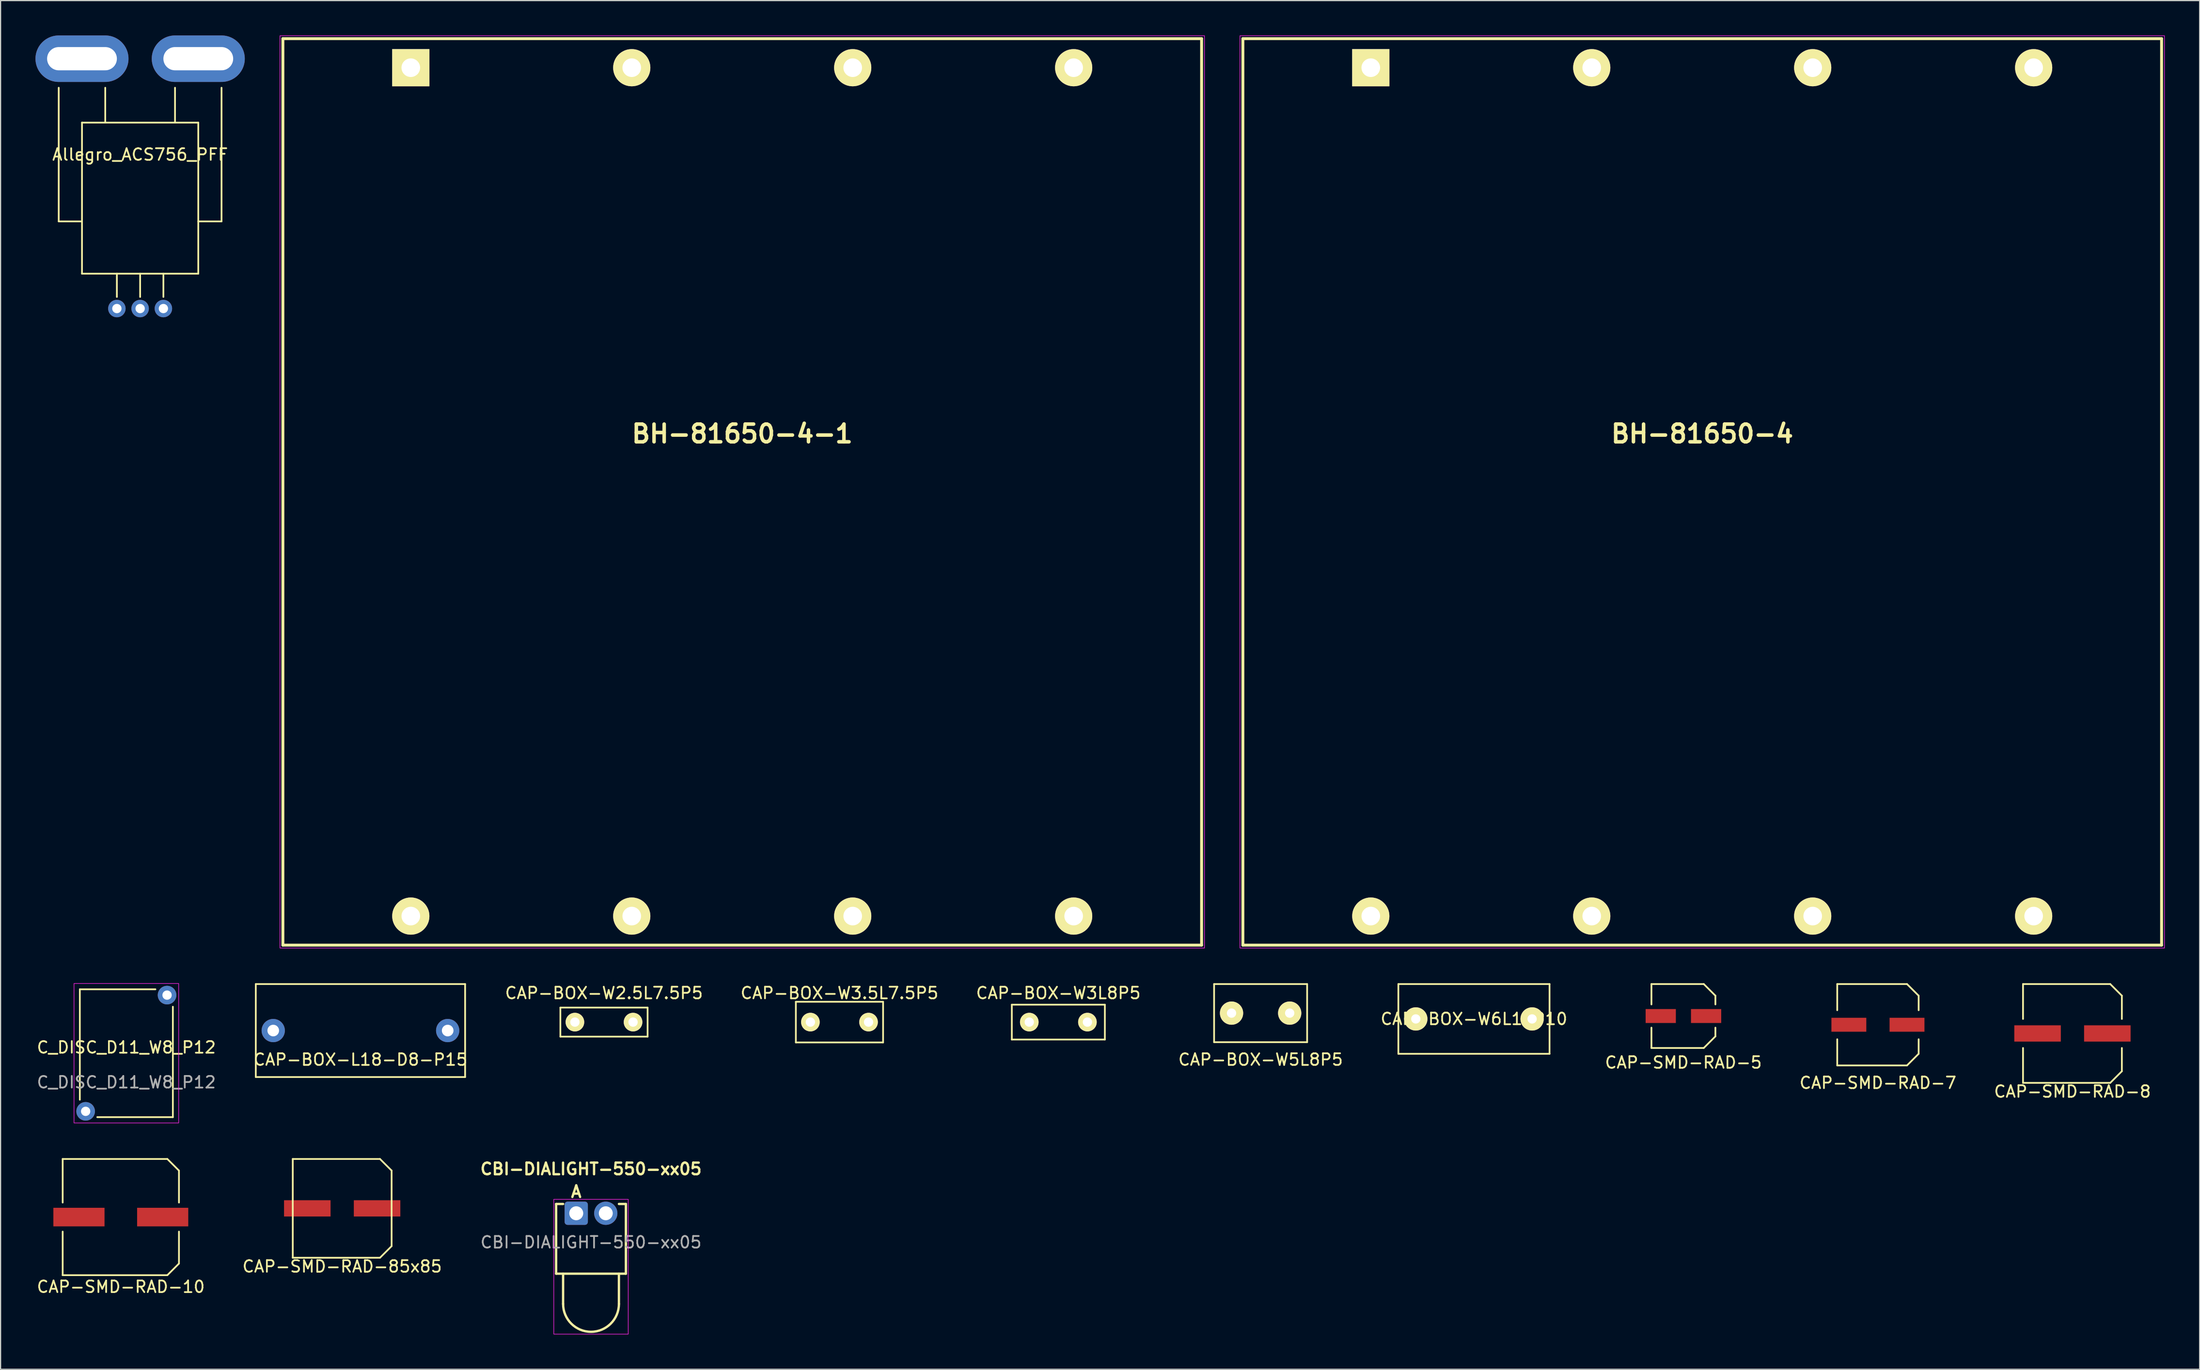
<source format=kicad_pcb>
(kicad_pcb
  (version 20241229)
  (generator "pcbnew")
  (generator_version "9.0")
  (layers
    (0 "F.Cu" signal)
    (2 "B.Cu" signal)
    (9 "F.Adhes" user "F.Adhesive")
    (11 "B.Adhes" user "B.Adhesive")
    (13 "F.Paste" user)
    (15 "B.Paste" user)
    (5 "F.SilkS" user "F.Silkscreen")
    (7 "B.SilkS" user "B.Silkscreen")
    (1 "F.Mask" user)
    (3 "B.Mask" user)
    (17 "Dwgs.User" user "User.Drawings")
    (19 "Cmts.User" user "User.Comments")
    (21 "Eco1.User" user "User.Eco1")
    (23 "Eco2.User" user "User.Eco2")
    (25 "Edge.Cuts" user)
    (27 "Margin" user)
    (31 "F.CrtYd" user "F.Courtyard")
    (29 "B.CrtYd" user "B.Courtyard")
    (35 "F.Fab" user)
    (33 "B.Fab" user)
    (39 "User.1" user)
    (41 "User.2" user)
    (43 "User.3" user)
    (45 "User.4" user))
  (footprint "CAP-SMD-RAD-85x85"
    (layer "F.Cu")
    (at 26.375 100.925)
    (property "Reference" "CAP-SMD-RAD-85x85" (at 0 5 0) (layer "F.SilkS") (effects (font (size 1 1) (thickness 0.15))))
    (attr through_hole)
    (fp_line (start -4.25 -4.25) (end 3.25 -4.25) (stroke (width 0.15) (type solid)) (layer "F.SilkS"))
    (fp_line (start -4.25 4.25) (end -4.25 -4.25) (stroke (width 0.15) (type solid)) (layer "F.SilkS"))
    (fp_line (start -4.25 4.25) (end 3.25 4.25) (stroke (width 0.15) (type solid)) (layer "F.SilkS"))
    (fp_line (start 3.25 -4.25) (end 4.25 -3.25) (stroke (width 0.15) (type solid)) (layer "F.SilkS"))
    (fp_line (start 3.25 4.25) (end 4.25 3.25) (stroke (width 0.15) (type solid)) (layer "F.SilkS"))
    (fp_line (start 4.25 -3.25) (end 4.25 3.25) (stroke (width 0.15) (type solid)) (layer "F.SilkS"))
    (pad "1" smd rect (at -3 0) (size 4 1.4) (layers "F.Cu" "F.Mask" "F.Paste"))
    (pad "2" smd rect (at 3 0) (size 4 1.4) (layers "F.Cu" "F.Mask" "F.Paste")))
  (footprint "Allegro_ACS756_PFF"
    (layer "F.Cu")
    (at 9 2)
    (property "Reference" "Allegro_ACS756_PFF" (at 0 8.25 0) (layer "F.SilkS") (effects (font (size 1 1) (thickness 0.15))))
    (attr through_hole)
    (fp_line (start -7 14) (end -7 2.5) (stroke (width 0.15) (type solid)) (layer "F.SilkS"))
    (fp_line (start -5 5.5) (end 5 5.5) (stroke (width 0.15) (type solid)) (layer "F.SilkS"))
    (fp_line (start -5 14) (end -7 14) (stroke (width 0.15) (type solid)) (layer "F.SilkS"))
    (fp_line (start -5 18.5) (end -5 5.5) (stroke (width 0.15) (type solid)) (layer "F.SilkS"))
    (fp_line (start -5 18.5) (end 5 18.5) (stroke (width 0.15) (type solid)) (layer "F.SilkS"))
    (fp_line (start -3 2.5) (end -3 5.5) (stroke (width 0.15) (type solid)) (layer "F.SilkS"))
    (fp_line (start -2 20.5) (end -2 18.5) (stroke (width 0.15) (type solid)) (layer "F.SilkS"))
    (fp_line (start 0 20.5) (end 0 18.5) (stroke (width 0.15) (type solid)) (layer "F.SilkS"))
    (fp_line (start 2 20.5) (end 2 18.5) (stroke (width 0.15) (type solid)) (layer "F.SilkS"))
    (fp_line (start 3 5.5) (end 3 2.5) (stroke (width 0.15) (type solid)) (layer "F.SilkS"))
    (fp_line (start 5 5.5) (end 5 18.5) (stroke (width 0.15) (type solid)) (layer "F.SilkS"))
    (fp_line (start 5 14) (end 7 14) (stroke (width 0.15) (type solid)) (layer "F.SilkS"))
    (fp_line (start 7 14) (end 7 2.5) (stroke (width 0.15) (type solid)) (layer "F.SilkS"))
    (pad "1" thru_hole circle (at -2 21.5) (size 1.5 1.5) (drill 0.8) (layers "*.Cu" "*.Mask"))
    (pad "2" thru_hole circle (at 0 21.5) (size 1.5 1.5) (drill 0.8) (layers "*.Cu" "*.Mask"))
    (pad "3" thru_hole circle (at 2 21.5) (size 1.5 1.5) (drill 0.8) (layers "*.Cu" "*.Mask"))
    (pad "4" thru_hole oval (at 5 0) (size 8 4) (drill oval 6 2) (layers "*.Cu" "*.Mask"))
    (pad "5" thru_hole oval (at -5 0) (size 8 4) (drill oval 6 2) (layers "*.Cu" "*.Mask")))
  (footprint "BH-81650-4-1"
    (layer "F.Cu")
    (at 60.775 39.275)
    (property "Reference" "BH-81650-4-1" (at 0 -5 0) (layer "F.SilkS") (effects (font (size 1.524 1.524) (thickness 0.305))))
    (attr through_hole)
    (fp_line (start -39.5 -39) (end 39.5 -39) (stroke (width 0.25) (type solid)) (layer "F.SilkS"))
    (fp_line (start -39.5 39) (end -39.5 -39) (stroke (width 0.25) (type solid)) (layer "F.SilkS"))
    (fp_line (start 39.5 -39) (end 39.5 39) (stroke (width 0.25) (type solid)) (layer "F.SilkS"))
    (fp_line (start 39.5 39) (end -39.5 39) (stroke (width 0.25) (type solid)) (layer "F.SilkS"))
    (fp_rect (start -39.75 -39.25) (end 39.75 39.25) (stroke (width 0.05) (type default)) (fill no) (layer "F.CrtYd"))
    (pad "1" thru_hole rect (at -28.5 -36.5) (size 3.2 3.2) (drill 1.6) (layers "*.Cu" "*.Mask" "F.SilkS"))
    (pad "2" thru_hole circle (at -28.5 36.5) (size 3.2 3.2) (drill 1.6) (layers "*.Cu" "*.Mask" "F.SilkS"))
    (pad "3" thru_hole circle (at -9.5 -36.5) (size 3.2 3.2) (drill 1.6) (layers "*.Cu" "*.Mask" "F.SilkS"))
    (pad "4" thru_hole circle (at -9.5 36.5) (size 3.2 3.2) (drill 1.6) (layers "*.Cu" "*.Mask" "F.SilkS"))
    (pad "5" thru_hole circle (at 9.5 -36.5) (size 3.2 3.2) (drill 1.6) (layers "*.Cu" "*.Mask" "F.SilkS"))
    (pad "6" thru_hole circle (at 9.5 36.5) (size 3.2 3.2) (drill 1.6) (layers "*.Cu" "*.Mask" "F.SilkS"))
    (pad "7" thru_hole circle (at 28.5 -36.5) (size 3.2 3.2) (drill 1.6) (layers "*.Cu" "*.Mask" "F.SilkS"))
    (pad "8" thru_hole circle (at 28.5 36.5) (size 3.2 3.2) (drill 1.6) (layers "*.Cu" "*.Mask" "F.SilkS")))
  (footprint "CAP-SMD-RAD-7"
    (layer "F.Cu")
    (at 158.435 85.125)
    (property "Reference" "CAP-SMD-RAD-7" (at 0 5 0) (layer "F.SilkS") (effects (font (size 1 1) (thickness 0.15))))
    (attr through_hole)
    (fp_line (start -3.5 -3.5) (end -3.5 -1.25) (stroke (width 0.15) (type solid)) (layer "F.SilkS"))
    (fp_line (start -3.5 3.5) (end -3.5 1.25) (stroke (width 0.15) (type solid)) (layer "F.SilkS"))
    (fp_line (start -3.5 3.5) (end 2.5 3.5) (stroke (width 0.15) (type solid)) (layer "F.SilkS"))
    (fp_line (start 2.5 -3.5) (end -3.5 -3.5) (stroke (width 0.15) (type solid)) (layer "F.SilkS"))
    (fp_line (start 2.5 3.5) (end 3.5 2.5) (stroke (width 0.15) (type solid)) (layer "F.SilkS"))
    (fp_line (start 3.5 -2.5) (end 2.5 -3.5) (stroke (width 0.15) (type solid)) (layer "F.SilkS"))
    (fp_line (start 3.5 -2.5) (end 3.5 -1.25) (stroke (width 0.15) (type solid)) (layer "F.SilkS"))
    (fp_line (start 3.5 2.5) (end 3.5 1.25) (stroke (width 0.15) (type solid)) (layer "F.SilkS"))
    (pad "1" smd rect (at 2.5 0) (size 3 1.2) (layers "F.Cu" "F.Mask" "F.Paste"))
    (pad "2" smd rect (at -2.5 0) (size 3 1.2) (layers "F.Cu" "F.Mask" "F.Paste")))
  (footprint "C_DISC_D11_W8_P12"
    (layer "F.Cu")
    (at 7.815 87.575)
    (property "Reference" "C_DISC_D11_W8_P12" (at 0 -0.5 0) (unlocked yes) (layer "F.SilkS") (effects (font (size 1 1) (thickness 0.15))))
    (attr through_hole)
    (fp_line (start -4 -5.5) (end -4 4) (stroke (width 0.15) (type default)) (layer "F.SilkS"))
    (fp_line (start -4 -5.5) (end 2.5 -5.5) (stroke (width 0.15) (type default)) (layer "F.SilkS"))
    (fp_line (start -2.5 5.5) (end 4 5.5) (stroke (width 0.15) (type default)) (layer "F.SilkS"))
    (fp_line (start 4 -4) (end 4 5.5) (stroke (width 0.15) (type default)) (layer "F.SilkS"))
    (fp_rect (start -4.5 -6) (end 4.5 6) (stroke (width 0.05) (type default)) (fill no) (layer "F.CrtYd"))
    (fp_text user "${REFERENCE}" (at 0 2.5 0) (unlocked yes) (layer "F.Fab") (effects (font (size 1 1) (thickness 0.15))))
    (pad "1" thru_hole circle (at 3.5 -5) (size 1.6 1.6) (drill 0.8) (layers "*.Cu" "*.Mask"))
    (pad "2" thru_hole circle (at -3.5 5) (size 1.6 1.6) (drill 0.8) (layers "*.Cu" "*.Mask")))
  (footprint "CAP-BOX-W3.5L7.5P5"
    (layer "F.Cu")
    (at 69.137 84.898)
    (property "Reference" "CAP-BOX-W3.5L7.5P5" (at 0 -2.5 0) (layer "F.SilkS") (effects (font (size 1 1) (thickness 0.15))))
    (attr through_hole)
    (fp_line (start -3.75 -1.75) (end 3.75 -1.75) (stroke (width 0.15) (type solid)) (layer "F.SilkS"))
    (fp_line (start -3.75 1.75) (end -3.75 -1.75) (stroke (width 0.15) (type solid)) (layer "F.SilkS"))
    (fp_line (start -3.75 1.75) (end 3.75 1.75) (stroke (width 0.15) (type solid)) (layer "F.SilkS"))
    (fp_line (start 3.75 -1.75) (end 3.75 1.75) (stroke (width 0.15) (type solid)) (layer "F.SilkS"))
    (pad "1" thru_hole circle (at -2.5 0) (size 1.6 1.6) (drill 0.8) (layers "*.Cu" "*.Mask" "F.SilkS"))
    (pad "2" thru_hole circle (at 2.5 0) (size 1.6 1.6) (drill 0.8) (layers "*.Cu" "*.Mask" "F.SilkS")))
  (footprint "CAP-BOX-W6L13P10"
    (layer "F.Cu")
    (at 123.696 84.625)
    (property "Reference" "CAP-BOX-W6L13P10" (at 0 0 0) (layer "F.SilkS") (effects (font (size 1 1) (thickness 0.15))))
    (attr through_hole)
    (fp_line (start -6.5 -3) (end 6.5 -3) (stroke (width 0.15) (type solid)) (layer "F.SilkS"))
    (fp_line (start -6.5 3) (end -6.5 -3) (stroke (width 0.15) (type solid)) (layer "F.SilkS"))
    (fp_line (start 6.5 -3) (end 6.5 3) (stroke (width 0.15) (type solid)) (layer "F.SilkS"))
    (fp_line (start 6.5 3) (end -6.5 3) (stroke (width 0.15) (type solid)) (layer "F.SilkS"))
    (pad "1" thru_hole circle (at -5 0) (size 2 2) (drill 0.8) (layers "*.Cu" "*.Mask" "F.SilkS"))
    (pad "2" thru_hole circle (at 5 0) (size 2 2) (drill 0.8) (layers "*.Cu" "*.Mask" "F.SilkS")))
  (footprint "CAP-SMD-RAD-5"
    (layer "F.Cu")
    (at 141.708 84.375)
    (property "Reference" "CAP-SMD-RAD-5" (at 0 4 0) (layer "F.SilkS") (effects (font (size 1 1) (thickness 0.15))))
    (attr through_hole)
    (fp_line (start -2.75 -2.75) (end -2.75 -1) (stroke (width 0.15) (type solid)) (layer "F.SilkS"))
    (fp_line (start -2.75 -2.75) (end 1.75 -2.75) (stroke (width 0.15) (type solid)) (layer "F.SilkS"))
    (fp_line (start -2.75 1) (end -2.75 2.75) (stroke (width 0.15) (type solid)) (layer "F.SilkS"))
    (fp_line (start -2.75 2.75) (end 1.75 2.75) (stroke (width 0.15) (type solid)) (layer "F.SilkS"))
    (fp_line (start 1.75 -2.75) (end 2.75 -1.75) (stroke (width 0.15) (type solid)) (layer "F.SilkS"))
    (fp_line (start 1.75 2.75) (end 2.75 1.75) (stroke (width 0.15) (type solid)) (layer "F.SilkS"))
    (fp_line (start 2.75 -1.75) (end 2.75 -1) (stroke (width 0.15) (type solid)) (layer "F.SilkS"))
    (fp_line (start 2.75 1.75) (end 2.75 1) (stroke (width 0.15) (type solid)) (layer "F.SilkS"))
    (pad "1" smd rect (at 1.95 0) (size 2.6 1.2) (layers "F.Cu" "F.Mask" "F.Paste"))
    (pad "2" smd rect (at -1.95 0) (size 2.6 1.2) (layers "F.Cu" "F.Mask" "F.Paste")))
  (footprint "CAP-BOX-W2.5L7.5P5"
    (layer "F.Cu")
    (at 48.887 84.898)
    (property "Reference" "CAP-BOX-W2.5L7.5P5" (at 0 -2.5 0) (layer "F.SilkS") (effects (font (size 1 1) (thickness 0.15))))
    (attr through_hole)
    (fp_line (start -3.75 -1.25) (end 3.75 -1.25) (stroke (width 0.15) (type solid)) (layer "F.SilkS"))
    (fp_line (start -3.75 1.25) (end -3.75 -1.25) (stroke (width 0.15) (type solid)) (layer "F.SilkS"))
    (fp_line (start -3.75 1.25) (end 3.75 1.25) (stroke (width 0.15) (type solid)) (layer "F.SilkS"))
    (fp_line (start 3.75 1.25) (end 3.75 -1.25) (stroke (width 0.15) (type solid)) (layer "F.SilkS"))
    (pad "1" thru_hole circle (at -2.5 0) (size 1.6 1.6) (drill 0.8) (layers "*.Cu" "*.Mask" "F.SilkS"))
    (pad "2" thru_hole circle (at 2.5 0) (size 1.6 1.6) (drill 0.8) (layers "*.Cu" "*.Mask" "F.SilkS")))
  (footprint "CAP-SMD-RAD-10"
    (layer "F.Cu")
    (at 7.339 101.675)
    (property "Reference" "CAP-SMD-RAD-10" (at 0 6 0) (layer "F.SilkS") (effects (font (size 1 1) (thickness 0.15))))
    (attr through_hole)
    (fp_line (start -5 -5) (end -5 -1.25) (stroke (width 0.15) (type solid)) (layer "F.SilkS"))
    (fp_line (start -5 -5) (end 4 -5) (stroke (width 0.15) (type solid)) (layer "F.SilkS"))
    (fp_line (start -5 5) (end -5 1.25) (stroke (width 0.15) (type solid)) (layer "F.SilkS"))
    (fp_line (start 4 -5) (end 5 -4) (stroke (width 0.15) (type solid)) (layer "F.SilkS"))
    (fp_line (start 4 5) (end -5 5) (stroke (width 0.15) (type solid)) (layer "F.SilkS"))
    (fp_line (start 5 -4) (end 5 -1.25) (stroke (width 0.15) (type solid)) (layer "F.SilkS"))
    (fp_line (start 5 4) (end 4 5) (stroke (width 0.15) (type solid)) (layer "F.SilkS"))
    (fp_line (start 5 4) (end 5 1.25) (stroke (width 0.15) (type solid)) (layer "F.SilkS"))
    (pad "1" smd rect (at 3.6 0) (size 4.4 1.6) (layers "F.Cu" "F.Mask" "F.Paste"))
    (pad "2" smd rect (at -3.6 0) (size 4.4 1.6) (layers "F.Cu" "F.Mask" "F.Paste")))
  (footprint "BH-81650-4"
    (layer "F.Cu")
    (at 143.325 39.275)
    (property "Reference" "BH-81650-4" (at 0 -5 0) (layer "F.SilkS") (effects (font (size 1.524 1.524) (thickness 0.305))))
    (attr through_hole)
    (fp_line (start -39.5 -39) (end 39.5 -39) (stroke (width 0.25) (type solid)) (layer "F.SilkS"))
    (fp_line (start -39.5 39) (end -39.5 -39) (stroke (width 0.25) (type solid)) (layer "F.SilkS"))
    (fp_line (start 39.5 -39) (end 39.5 39) (stroke (width 0.25) (type solid)) (layer "F.SilkS"))
    (fp_line (start 39.5 39) (end -39.5 39) (stroke (width 0.25) (type solid)) (layer "F.SilkS"))
    (fp_rect (start -39.75 -39.25) (end 39.75 39.25) (stroke (width 0.05) (type default)) (fill no) (layer "F.CrtYd"))
    (pad "1" thru_hole rect (at -28.5 -36.5) (size 3.2 3.2) (drill 1.6) (layers "*.Cu" "*.Mask" "F.SilkS"))
    (pad "2" thru_hole circle (at -9.5 -36.5) (size 3.2 3.2) (drill 1.6) (layers "*.Cu" "*.Mask" "F.SilkS"))
    (pad "3" thru_hole circle (at 9.5 -36.5) (size 3.2 3.2) (drill 1.6) (layers "*.Cu" "*.Mask" "F.SilkS"))
    (pad "4" thru_hole circle (at 28.5 -36.5) (size 3.2 3.2) (drill 1.6) (layers "*.Cu" "*.Mask" "F.SilkS"))
    (pad "5" thru_hole circle (at 28.5 36.5) (size 3.2 3.2) (drill 1.6) (layers "*.Cu" "*.Mask" "F.SilkS"))
    (pad "6" thru_hole circle (at 9.5 36.5) (size 3.2 3.2) (drill 1.6) (layers "*.Cu" "*.Mask" "F.SilkS"))
    (pad "7" thru_hole circle (at -9.5 36.5) (size 3.2 3.2) (drill 1.6) (layers "*.Cu" "*.Mask" "F.SilkS"))
    (pad "8" thru_hole circle (at -28.5 36.5) (size 3.2 3.2) (drill 1.6) (layers "*.Cu" "*.Mask" "F.SilkS")))
  (footprint "CAP-BOX-L18-D8-P15"
    (layer "F.Cu")
    (at 27.946 85.625)
    (property "Reference" "CAP-BOX-L18-D8-P15" (at 0 2.5 0) (layer "F.SilkS") (effects (font (size 1 1) (thickness 0.15))))
    (attr through_hole)
    (fp_line (start -9 -4) (end 9 -4) (stroke (width 0.15) (type solid)) (layer "F.SilkS"))
    (fp_line (start -9 4) (end -9 -4) (stroke (width 0.15) (type solid)) (layer "F.SilkS"))
    (fp_line (start 9 -4) (end 9 4) (stroke (width 0.15) (type solid)) (layer "F.SilkS"))
    (fp_line (start 9 4) (end -9 4) (stroke (width 0.15) (type solid)) (layer "F.SilkS"))
    (pad "1" thru_hole circle (at -7.5 0) (size 2 2) (drill 1) (layers "*.Cu" "*.Mask"))
    (pad "2" thru_hole circle (at 7.5 0) (size 2 2) (drill 1) (layers "*.Cu" "*.Mask")))
  (footprint "CAP-BOX-W5L8P5"
    (layer "F.Cu")
    (at 105.351 84.125)
    (property "Reference" "CAP-BOX-W5L8P5" (at 0 4 0) (layer "F.SilkS") (effects (font (size 1 1) (thickness 0.15))))
    (attr through_hole)
    (fp_line (start -4 -2.5) (end 4 -2.5) (stroke (width 0.15) (type solid)) (layer "F.SilkS"))
    (fp_line (start -4 2.5) (end -4 -2.5) (stroke (width 0.15) (type solid)) (layer "F.SilkS"))
    (fp_line (start 4 -2.5) (end 4 2.5) (stroke (width 0.15) (type solid)) (layer "F.SilkS"))
    (fp_line (start 4 2.5) (end -4 2.5) (stroke (width 0.15) (type solid)) (layer "F.SilkS"))
    (pad "1" thru_hole circle (at -2.5 0) (size 2 2) (drill 0.8) (layers "*.Cu" "*.Mask" "F.SilkS"))
    (pad "2" thru_hole circle (at 2.5 0) (size 2 2) (drill 0.8) (layers "*.Cu" "*.Mask" "F.SilkS")))
  (footprint "CAP-SMD-RAD-8"
    (layer "F.Cu")
    (at 175.161 85.875)
    (property "Reference" "CAP-SMD-RAD-8" (at 0 5 0) (layer "F.SilkS") (effects (font (size 1 1) (thickness 0.15))))
    (attr through_hole)
    (fp_line (start -4.25 -4.25) (end -4.25 -1.25) (stroke (width 0.15) (type solid)) (layer "F.SilkS"))
    (fp_line (start -4.25 -4.25) (end 3.25 -4.25) (stroke (width 0.15) (type solid)) (layer "F.SilkS"))
    (fp_line (start -4.25 4.25) (end -4.25 1.25) (stroke (width 0.15) (type solid)) (layer "F.SilkS"))
    (fp_line (start -4.25 4.25) (end 3.25 4.25) (stroke (width 0.15) (type solid)) (layer "F.SilkS"))
    (fp_line (start 3.25 -4.25) (end 4.25 -3.25) (stroke (width 0.15) (type solid)) (layer "F.SilkS"))
    (fp_line (start 3.25 4.25) (end 4.25 3.25) (stroke (width 0.15) (type solid)) (layer "F.SilkS"))
    (fp_line (start 4.25 -3.25) (end 4.25 -1.25) (stroke (width 0.15) (type solid)) (layer "F.SilkS"))
    (fp_line (start 4.25 3.25) (end 4.25 1.25) (stroke (width 0.15) (type solid)) (layer "F.SilkS"))
    (pad "1" smd rect (at 3 0) (size 4 1.4) (layers "F.Cu" "F.Mask" "F.Paste"))
    (pad "2" smd rect (at -3 0) (size 4 1.4) (layers "F.Cu" "F.Mask" "F.Paste")))
  (footprint "CAP-BOX-W3L8P5"
    (layer "F.Cu")
    (at 87.958 84.898)
    (property "Reference" "CAP-BOX-W3L8P5" (at 0 -2.5 0) (layer "F.SilkS") (effects (font (size 1 1) (thickness 0.15))))
    (attr through_hole)
    (fp_line (start -4 -1.5) (end -4 1.5) (stroke (width 0.15) (type solid)) (layer "F.SilkS"))
    (fp_line (start -4 1.5) (end 4 1.5) (stroke (width 0.15) (type solid)) (layer "F.SilkS"))
    (fp_line (start 4 -1.5) (end -4 -1.5) (stroke (width 0.15) (type solid)) (layer "F.SilkS"))
    (fp_line (start 4 1.5) (end 4 -1.5) (stroke (width 0.15) (type solid)) (layer "F.SilkS"))
    (pad "1" thru_hole circle (at -2.5 0) (size 1.6 1.6) (drill 0.8) (layers "*.Cu" "*.Mask" "F.SilkS"))
    (pad "2" thru_hole circle (at 2.5 0) (size 1.6 1.6) (drill 0.8) (layers "*.Cu" "*.Mask" "F.SilkS")))
  (footprint "CBI-DIALIGHT-550-xx05"
    (layer "F.Cu")
    (at 47.771 101.346)
    (property "Reference" "CBI-DIALIGHT-550-xx05" (at 0 -3.81 0) (unlocked yes) (layer "F.SilkS") (effects (font (size 1 1) (thickness 0.2))))
    (attr through_hole)
    (fp_line (start -3 -0.8) (end -3 5.2) (stroke (width 0.2) (type default)) (layer "F.SilkS"))
    (fp_line (start -3 5.2) (end 3 5.2) (stroke (width 0.2) (type default)) (layer "F.SilkS"))
    (fp_line (start -2.4 -0.8) (end -3 -0.8) (stroke (width 0.2) (type default)) (layer "F.SilkS"))
    (fp_line (start -2.4 7.8) (end -2.4 5.2) (stroke (width 0.2) (type default)) (layer "F.SilkS"))
    (fp_line (start 2.4 7.8) (end 2.4 5.2) (stroke (width 0.2) (type default)) (layer "F.SilkS"))
    (fp_line (start 3 -0.8) (end 2.4 -0.8) (stroke (width 0.2) (type default)) (layer "F.SilkS"))
    (fp_line (start 3 5.2) (end 3 -0.8) (stroke (width 0.2) (type default)) (layer "F.SilkS"))
    (fp_arc (start 2.4 7.8) (mid 0 10.2) (end -2.4 7.8) (stroke (width 0.2) (type default)) (layer "F.SilkS"))
    (fp_rect (start -3.2 -1.2) (end 3.2 10.4) (stroke (width 0.05) (type default)) (fill no) (layer "F.CrtYd"))
    (fp_text user "A" (at -1.27 -1.27 0) (unlocked yes) (layer "F.SilkS") (effects (font (size 1 1) (thickness 0.2) (bold yes)) (justify bottom)))
    (fp_text user "${REFERENCE}" (at 0 2.5 0) (unlocked yes) (layer "F.Fab") (effects (font (size 1 1) (thickness 0.15))))
    (pad "1" thru_hole roundrect (at -1.27 0) (size 2 2) (drill 1.2) (layers "*.Cu" "*.Mask") (roundrect_rratio 0.125))
    (pad "2" thru_hole circle (at 1.27 0) (size 2 2) (drill 1.2) (layers "*.Cu" "*.Mask")))
  (gr_rect
    (start -3 -3)
    (end 186.1 114.771)
    (stroke (width 0.1) (type default))
    (fill no)
    (layer "Edge.Cuts")))
</source>
